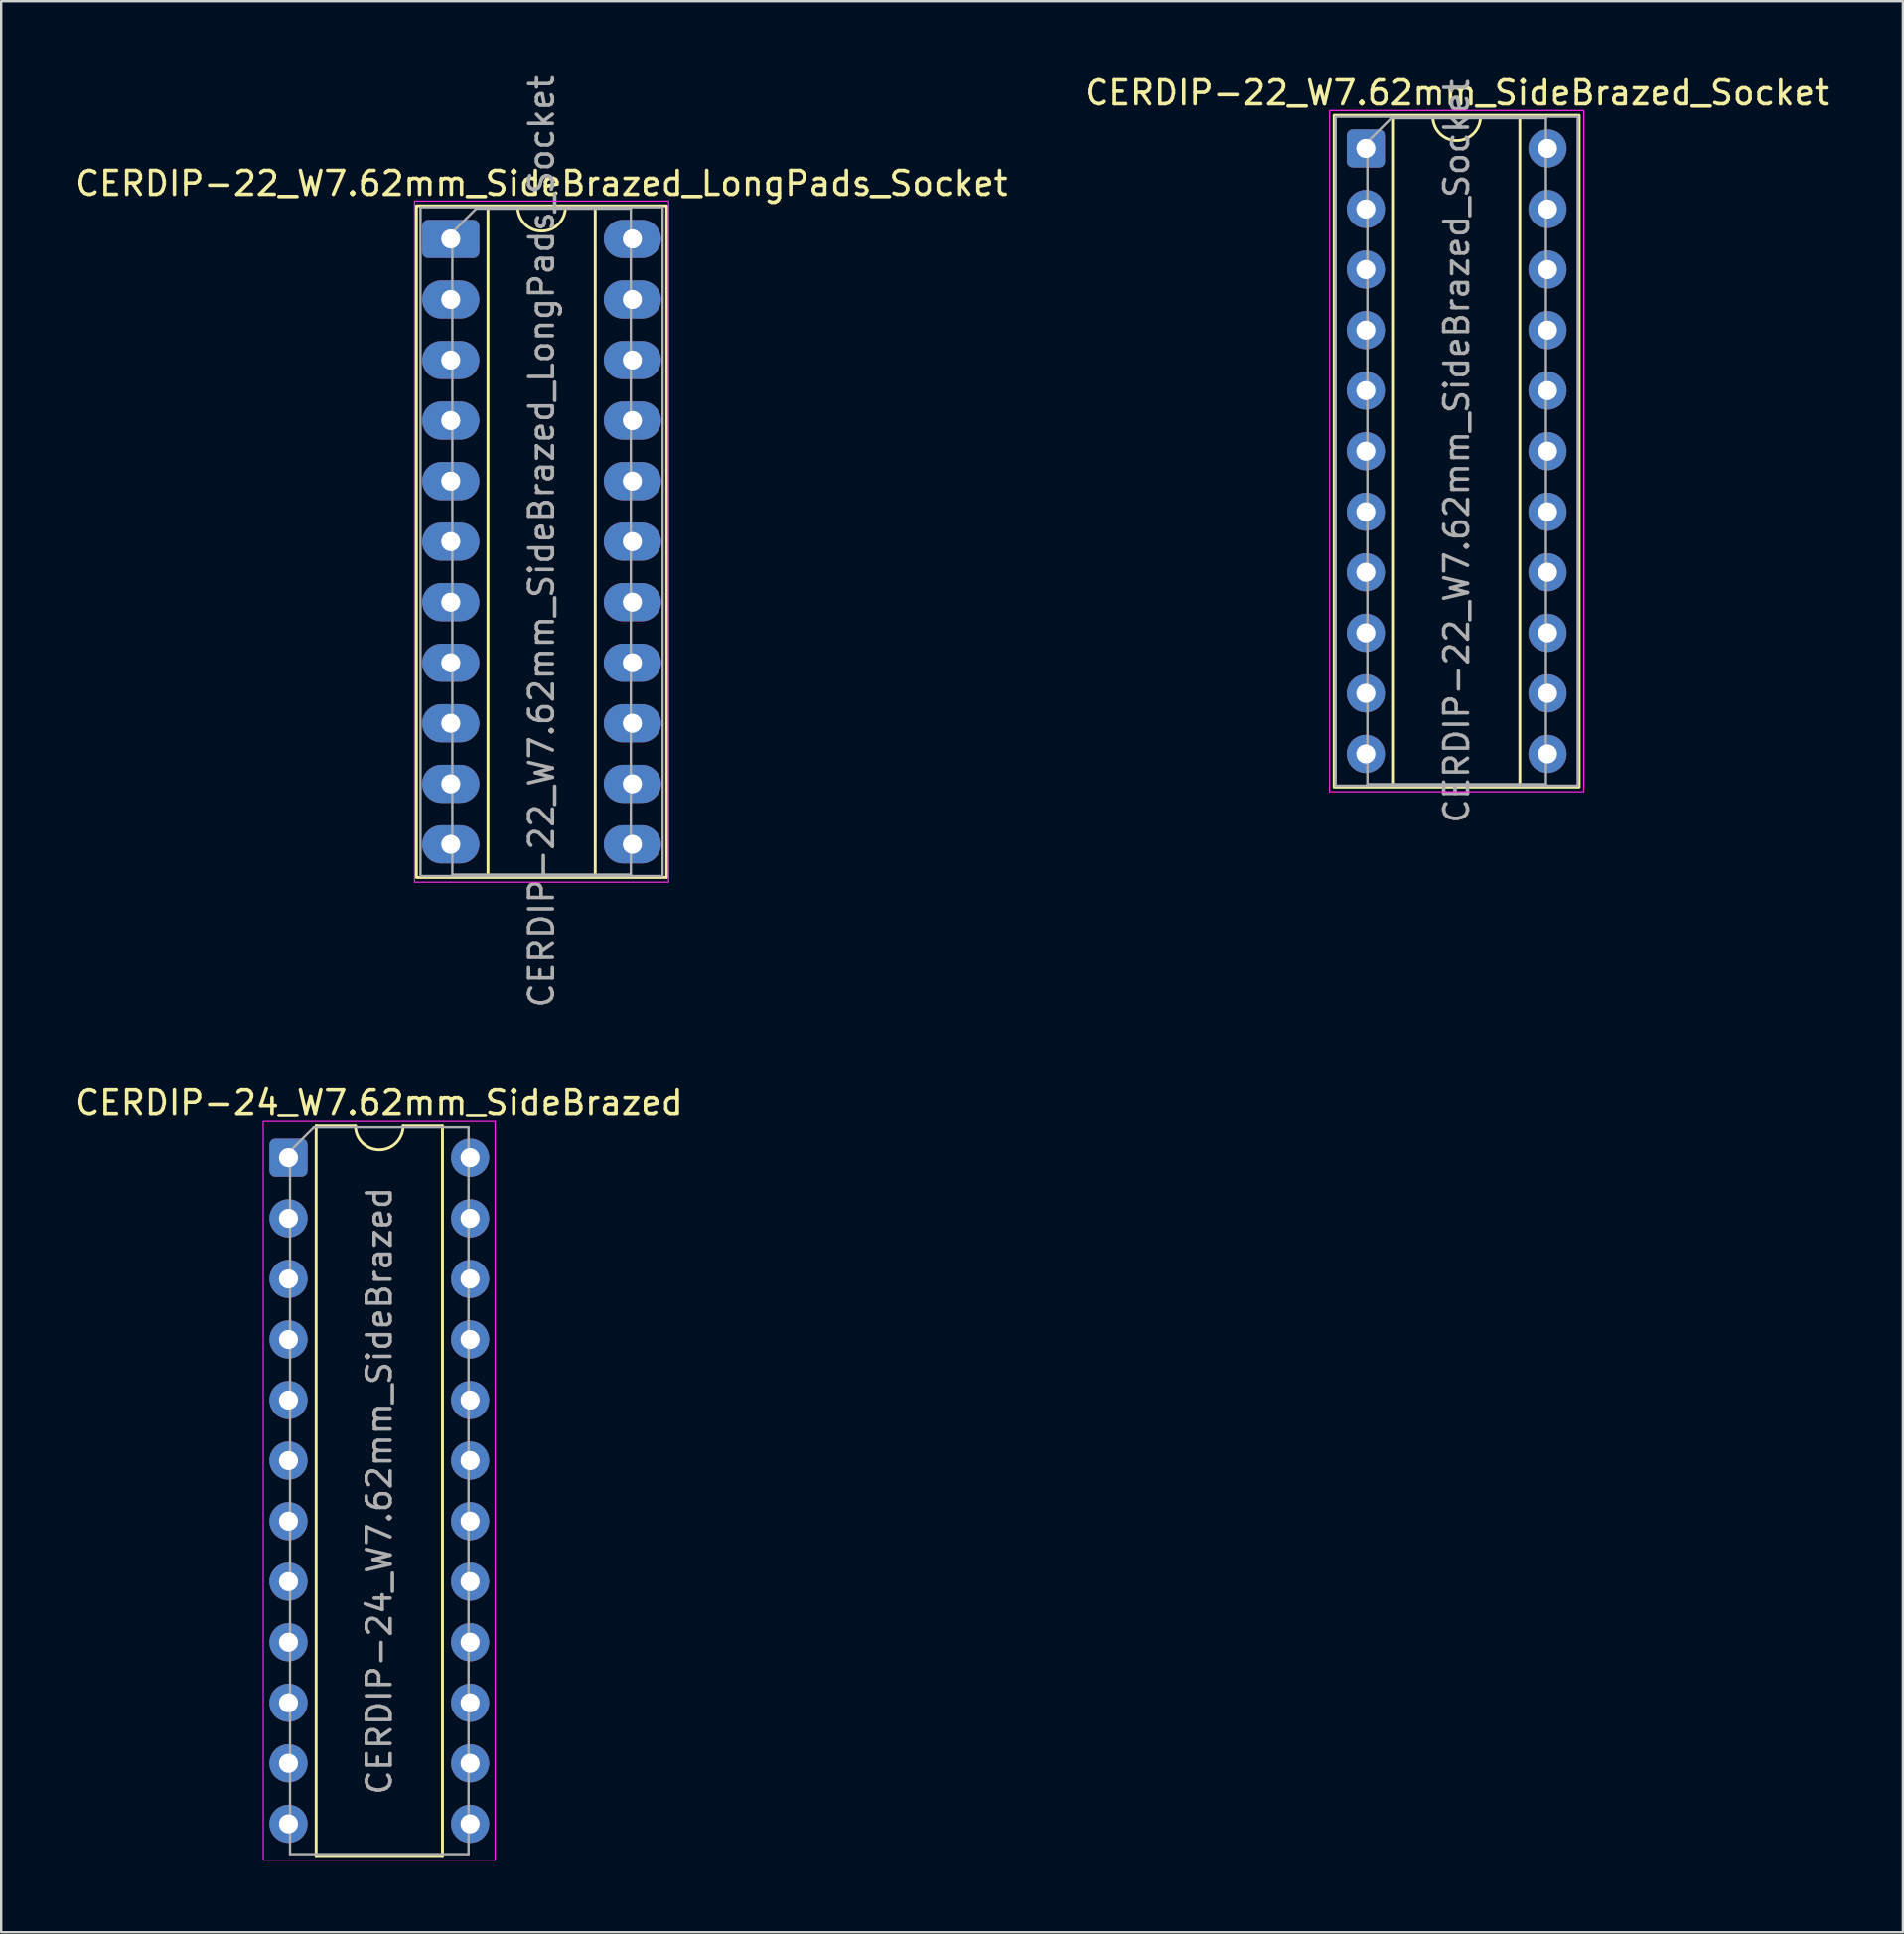
<source format=kicad_pcb>
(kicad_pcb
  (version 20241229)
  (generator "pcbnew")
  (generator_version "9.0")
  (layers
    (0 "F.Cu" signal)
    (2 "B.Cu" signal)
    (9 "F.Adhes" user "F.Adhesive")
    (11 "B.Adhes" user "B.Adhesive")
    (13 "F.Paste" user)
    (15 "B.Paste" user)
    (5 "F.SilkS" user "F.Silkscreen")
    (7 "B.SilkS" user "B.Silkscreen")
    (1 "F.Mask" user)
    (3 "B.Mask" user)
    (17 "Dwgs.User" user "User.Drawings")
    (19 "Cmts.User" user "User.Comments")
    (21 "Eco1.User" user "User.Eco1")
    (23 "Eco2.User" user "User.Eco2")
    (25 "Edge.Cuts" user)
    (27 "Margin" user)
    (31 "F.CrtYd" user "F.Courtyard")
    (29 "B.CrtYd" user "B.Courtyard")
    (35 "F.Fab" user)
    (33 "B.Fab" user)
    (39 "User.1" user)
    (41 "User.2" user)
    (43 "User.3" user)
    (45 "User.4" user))
  (footprint "CERDIP-22_W7.62mm_SideBrazed_Socket"
    (layer "F.Cu")
    (at 54.255 3.178)
    (property "Reference" "CERDIP-22_W7.62mm_SideBrazed_Socket" (at 3.81 -2.33 0) (layer "F.SilkS") (effects (font (size 1 1) (thickness 0.15))))
    (attr through_hole)
    (fp_line (start 1.16 -1.33) (end 1.16 26.73) (stroke (width 0.12) (type solid)) (layer "F.SilkS"))
    (fp_line (start 1.16 26.73) (end 6.46 26.73) (stroke (width 0.12) (type solid)) (layer "F.SilkS"))
    (fp_line (start 2.81 -1.33) (end 1.16 -1.33) (stroke (width 0.12) (type solid)) (layer "F.SilkS"))
    (fp_line (start 6.46 -1.33) (end 4.81 -1.33) (stroke (width 0.12) (type solid)) (layer "F.SilkS"))
    (fp_line (start 6.46 26.73) (end 6.46 -1.33) (stroke (width 0.12) (type solid)) (layer "F.SilkS"))
    (fp_rect (start -1.33 -1.39) (end 8.95 26.79) (stroke (width 0.12) (type solid)) (fill no) (layer "F.SilkS"))
    (fp_arc (start 4.81 -1.33) (mid 3.81 -0.33) (end 2.81 -1.33) (stroke (width 0.12) (type solid)) (layer "F.SilkS"))
    (fp_rect (start -1.52 -1.59) (end 9.14 26.99) (stroke (width 0.05) (type solid)) (fill no) (layer "F.CrtYd"))
    (fp_line (start 0.065 -0.27) (end 1.065 -1.27) (stroke (width 0.1) (type solid)) (layer "F.Fab"))
    (fp_line (start 0.065 26.67) (end 0.065 -0.27) (stroke (width 0.1) (type solid)) (layer "F.Fab"))
    (fp_line (start 1.065 -1.27) (end 7.555 -1.27) (stroke (width 0.1) (type solid)) (layer "F.Fab"))
    (fp_line (start 7.555 -1.27) (end 7.555 26.67) (stroke (width 0.1) (type solid)) (layer "F.Fab"))
    (fp_line (start 7.555 26.67) (end 0.065 26.67) (stroke (width 0.1) (type solid)) (layer "F.Fab"))
    (fp_rect (start -1.27 -1.33) (end 8.89 26.73) (stroke (width 0.1) (type solid)) (fill no) (layer "F.Fab"))
    (fp_text user "${REFERENCE}" (at 3.81 12.7 90) (layer "F.Fab") (effects (font (size 1 1) (thickness 0.15))))
    (pad "1" thru_hole roundrect (at 0 0) (size 1.6 1.6) (drill 0.8) (layers "*.Cu" "*.Mask") (roundrect_rratio 0.156))
    (pad "2" thru_hole circle (at 0 2.54) (size 1.6 1.6) (drill 0.8) (layers "*.Cu" "*.Mask"))
    (pad "3" thru_hole circle (at 0 5.08) (size 1.6 1.6) (drill 0.8) (layers "*.Cu" "*.Mask"))
    (pad "4" thru_hole circle (at 0 7.62) (size 1.6 1.6) (drill 0.8) (layers "*.Cu" "*.Mask"))
    (pad "5" thru_hole circle (at 0 10.16) (size 1.6 1.6) (drill 0.8) (layers "*.Cu" "*.Mask"))
    (pad "6" thru_hole circle (at 0 12.7) (size 1.6 1.6) (drill 0.8) (layers "*.Cu" "*.Mask"))
    (pad "7" thru_hole circle (at 0 15.24) (size 1.6 1.6) (drill 0.8) (layers "*.Cu" "*.Mask"))
    (pad "8" thru_hole circle (at 0 17.78) (size 1.6 1.6) (drill 0.8) (layers "*.Cu" "*.Mask"))
    (pad "9" thru_hole circle (at 0 20.32) (size 1.6 1.6) (drill 0.8) (layers "*.Cu" "*.Mask"))
    (pad "10" thru_hole circle (at 0 22.86) (size 1.6 1.6) (drill 0.8) (layers "*.Cu" "*.Mask"))
    (pad "11" thru_hole circle (at 0 25.4) (size 1.6 1.6) (drill 0.8) (layers "*.Cu" "*.Mask"))
    (pad "12" thru_hole circle (at 7.62 25.4) (size 1.6 1.6) (drill 0.8) (layers "*.Cu" "*.Mask"))
    (pad "13" thru_hole circle (at 7.62 22.86) (size 1.6 1.6) (drill 0.8) (layers "*.Cu" "*.Mask"))
    (pad "14" thru_hole circle (at 7.62 20.32) (size 1.6 1.6) (drill 0.8) (layers "*.Cu" "*.Mask"))
    (pad "15" thru_hole circle (at 7.62 17.78) (size 1.6 1.6) (drill 0.8) (layers "*.Cu" "*.Mask"))
    (pad "16" thru_hole circle (at 7.62 15.24) (size 1.6 1.6) (drill 0.8) (layers "*.Cu" "*.Mask"))
    (pad "17" thru_hole circle (at 7.62 12.7) (size 1.6 1.6) (drill 0.8) (layers "*.Cu" "*.Mask"))
    (pad "18" thru_hole circle (at 7.62 10.16) (size 1.6 1.6) (drill 0.8) (layers "*.Cu" "*.Mask"))
    (pad "19" thru_hole circle (at 7.62 7.62) (size 1.6 1.6) (drill 0.8) (layers "*.Cu" "*.Mask"))
    (pad "20" thru_hole circle (at 7.62 5.08) (size 1.6 1.6) (drill 0.8) (layers "*.Cu" "*.Mask"))
    (pad "21" thru_hole circle (at 7.62 2.54) (size 1.6 1.6) (drill 0.8) (layers "*.Cu" "*.Mask"))
    (pad "22" thru_hole circle (at 7.62 0) (size 1.6 1.6) (drill 0.8) (layers "*.Cu" "*.Mask")))
  (footprint "CERDIP-22_W7.62mm_SideBrazed_LongPads_Socket"
    (layer "F.Cu")
    (at 15.863 6.973)
    (property "Reference" "CERDIP-22_W7.62mm_SideBrazed_LongPads_Socket" (at 3.81 -2.33 0) (layer "F.SilkS") (effects (font (size 1 1) (thickness 0.15))))
    (attr through_hole)
    (fp_line (start 1.56 -1.33) (end 1.56 26.73) (stroke (width 0.12) (type solid)) (layer "F.SilkS"))
    (fp_line (start 1.56 26.73) (end 6.06 26.73) (stroke (width 0.12) (type solid)) (layer "F.SilkS"))
    (fp_line (start 2.81 -1.33) (end 1.56 -1.33) (stroke (width 0.12) (type solid)) (layer "F.SilkS"))
    (fp_line (start 6.06 -1.33) (end 4.81 -1.33) (stroke (width 0.12) (type solid)) (layer "F.SilkS"))
    (fp_line (start 6.06 26.73) (end 6.06 -1.33) (stroke (width 0.12) (type solid)) (layer "F.SilkS"))
    (fp_rect (start -1.44 -1.39) (end 9.06 26.79) (stroke (width 0.12) (type solid)) (fill no) (layer "F.SilkS"))
    (fp_arc (start 4.81 -1.33) (mid 3.81 -0.33) (end 2.81 -1.33) (stroke (width 0.12) (type solid)) (layer "F.SilkS"))
    (fp_rect (start -1.52 -1.59) (end 9.14 26.99) (stroke (width 0.05) (type solid)) (fill no) (layer "F.CrtYd"))
    (fp_line (start 0.065 -0.27) (end 1.065 -1.27) (stroke (width 0.1) (type solid)) (layer "F.Fab"))
    (fp_line (start 0.065 26.67) (end 0.065 -0.27) (stroke (width 0.1) (type solid)) (layer "F.Fab"))
    (fp_line (start 1.065 -1.27) (end 7.555 -1.27) (stroke (width 0.1) (type solid)) (layer "F.Fab"))
    (fp_line (start 7.555 -1.27) (end 7.555 26.67) (stroke (width 0.1) (type solid)) (layer "F.Fab"))
    (fp_line (start 7.555 26.67) (end 0.065 26.67) (stroke (width 0.1) (type solid)) (layer "F.Fab"))
    (fp_rect (start -1.27 -1.33) (end 8.89 26.73) (stroke (width 0.1) (type solid)) (fill no) (layer "F.Fab"))
    (fp_text user "${REFERENCE}" (at 3.81 12.7 90) (layer "F.Fab") (effects (font (size 1 1) (thickness 0.15))))
    (pad "1" thru_hole roundrect (at 0 0) (size 2.4 1.6) (drill 0.8) (layers "*.Cu" "*.Mask") (roundrect_rratio 0.156))
    (pad "2" thru_hole oval (at 0 2.54) (size 2.4 1.6) (drill 0.8) (layers "*.Cu" "*.Mask"))
    (pad "3" thru_hole oval (at 0 5.08) (size 2.4 1.6) (drill 0.8) (layers "*.Cu" "*.Mask"))
    (pad "4" thru_hole oval (at 0 7.62) (size 2.4 1.6) (drill 0.8) (layers "*.Cu" "*.Mask"))
    (pad "5" thru_hole oval (at 0 10.16) (size 2.4 1.6) (drill 0.8) (layers "*.Cu" "*.Mask"))
    (pad "6" thru_hole oval (at 0 12.7) (size 2.4 1.6) (drill 0.8) (layers "*.Cu" "*.Mask"))
    (pad "7" thru_hole oval (at 0 15.24) (size 2.4 1.6) (drill 0.8) (layers "*.Cu" "*.Mask"))
    (pad "8" thru_hole oval (at 0 17.78) (size 2.4 1.6) (drill 0.8) (layers "*.Cu" "*.Mask"))
    (pad "9" thru_hole oval (at 0 20.32) (size 2.4 1.6) (drill 0.8) (layers "*.Cu" "*.Mask"))
    (pad "10" thru_hole oval (at 0 22.86) (size 2.4 1.6) (drill 0.8) (layers "*.Cu" "*.Mask"))
    (pad "11" thru_hole oval (at 0 25.4) (size 2.4 1.6) (drill 0.8) (layers "*.Cu" "*.Mask"))
    (pad "12" thru_hole oval (at 7.62 25.4) (size 2.4 1.6) (drill 0.8) (layers "*.Cu" "*.Mask"))
    (pad "13" thru_hole oval (at 7.62 22.86) (size 2.4 1.6) (drill 0.8) (layers "*.Cu" "*.Mask"))
    (pad "14" thru_hole oval (at 7.62 20.32) (size 2.4 1.6) (drill 0.8) (layers "*.Cu" "*.Mask"))
    (pad "15" thru_hole oval (at 7.62 17.78) (size 2.4 1.6) (drill 0.8) (layers "*.Cu" "*.Mask"))
    (pad "16" thru_hole oval (at 7.62 15.24) (size 2.4 1.6) (drill 0.8) (layers "*.Cu" "*.Mask"))
    (pad "17" thru_hole oval (at 7.62 12.7) (size 2.4 1.6) (drill 0.8) (layers "*.Cu" "*.Mask"))
    (pad "18" thru_hole oval (at 7.62 10.16) (size 2.4 1.6) (drill 0.8) (layers "*.Cu" "*.Mask"))
    (pad "19" thru_hole oval (at 7.62 7.62) (size 2.4 1.6) (drill 0.8) (layers "*.Cu" "*.Mask"))
    (pad "20" thru_hole oval (at 7.62 5.08) (size 2.4 1.6) (drill 0.8) (layers "*.Cu" "*.Mask"))
    (pad "21" thru_hole oval (at 7.62 2.54) (size 2.4 1.6) (drill 0.8) (layers "*.Cu" "*.Mask"))
    (pad "22" thru_hole oval (at 7.62 0) (size 2.4 1.6) (drill 0.8) (layers "*.Cu" "*.Mask")))
  (footprint "CERDIP-24_W7.62mm_SideBrazed"
    (layer "F.Cu")
    (at 9.053 45.523)
    (property "Reference" "CERDIP-24_W7.62mm_SideBrazed" (at 3.81 -2.33 0) (layer "F.SilkS") (effects (font (size 1 1) (thickness 0.15))))
    (attr through_hole)
    (fp_line (start 1.16 -1.33) (end 1.16 29.27) (stroke (width 0.12) (type solid)) (layer "F.SilkS"))
    (fp_line (start 1.16 29.27) (end 6.46 29.27) (stroke (width 0.12) (type solid)) (layer "F.SilkS"))
    (fp_line (start 2.81 -1.33) (end 1.16 -1.33) (stroke (width 0.12) (type solid)) (layer "F.SilkS"))
    (fp_line (start 6.46 -1.33) (end 4.81 -1.33) (stroke (width 0.12) (type solid)) (layer "F.SilkS"))
    (fp_line (start 6.46 29.27) (end 6.46 -1.33) (stroke (width 0.12) (type solid)) (layer "F.SilkS"))
    (fp_arc (start 4.81 -1.33) (mid 3.81 -0.33) (end 2.81 -1.33) (stroke (width 0.12) (type solid)) (layer "F.SilkS"))
    (fp_rect (start -1.06 -1.52) (end 8.67 29.46) (stroke (width 0.05) (type solid)) (fill no) (layer "F.CrtYd"))
    (fp_line (start 0.065 -0.27) (end 1.065 -1.27) (stroke (width 0.1) (type solid)) (layer "F.Fab"))
    (fp_line (start 0.065 29.21) (end 0.065 -0.27) (stroke (width 0.1) (type solid)) (layer "F.Fab"))
    (fp_line (start 1.065 -1.27) (end 7.555 -1.27) (stroke (width 0.1) (type solid)) (layer "F.Fab"))
    (fp_line (start 7.555 -1.27) (end 7.555 29.21) (stroke (width 0.1) (type solid)) (layer "F.Fab"))
    (fp_line (start 7.555 29.21) (end 0.065 29.21) (stroke (width 0.1) (type solid)) (layer "F.Fab"))
    (fp_text user "${REFERENCE}" (at 3.81 13.97 90) (layer "F.Fab") (effects (font (size 1 1) (thickness 0.15))))
    (pad "1" thru_hole roundrect (at 0 0) (size 1.6 1.6) (drill 0.8) (layers "*.Cu" "*.Mask") (roundrect_rratio 0.156))
    (pad "2" thru_hole circle (at 0 2.54) (size 1.6 1.6) (drill 0.8) (layers "*.Cu" "*.Mask"))
    (pad "3" thru_hole circle (at 0 5.08) (size 1.6 1.6) (drill 0.8) (layers "*.Cu" "*.Mask"))
    (pad "4" thru_hole circle (at 0 7.62) (size 1.6 1.6) (drill 0.8) (layers "*.Cu" "*.Mask"))
    (pad "5" thru_hole circle (at 0 10.16) (size 1.6 1.6) (drill 0.8) (layers "*.Cu" "*.Mask"))
    (pad "6" thru_hole circle (at 0 12.7) (size 1.6 1.6) (drill 0.8) (layers "*.Cu" "*.Mask"))
    (pad "7" thru_hole circle (at 0 15.24) (size 1.6 1.6) (drill 0.8) (layers "*.Cu" "*.Mask"))
    (pad "8" thru_hole circle (at 0 17.78) (size 1.6 1.6) (drill 0.8) (layers "*.Cu" "*.Mask"))
    (pad "9" thru_hole circle (at 0 20.32) (size 1.6 1.6) (drill 0.8) (layers "*.Cu" "*.Mask"))
    (pad "10" thru_hole circle (at 0 22.86) (size 1.6 1.6) (drill 0.8) (layers "*.Cu" "*.Mask"))
    (pad "11" thru_hole circle (at 0 25.4) (size 1.6 1.6) (drill 0.8) (layers "*.Cu" "*.Mask"))
    (pad "12" thru_hole circle (at 0 27.94) (size 1.6 1.6) (drill 0.8) (layers "*.Cu" "*.Mask"))
    (pad "13" thru_hole circle (at 7.62 27.94) (size 1.6 1.6) (drill 0.8) (layers "*.Cu" "*.Mask"))
    (pad "14" thru_hole circle (at 7.62 25.4) (size 1.6 1.6) (drill 0.8) (layers "*.Cu" "*.Mask"))
    (pad "15" thru_hole circle (at 7.62 22.86) (size 1.6 1.6) (drill 0.8) (layers "*.Cu" "*.Mask"))
    (pad "16" thru_hole circle (at 7.62 20.32) (size 1.6 1.6) (drill 0.8) (layers "*.Cu" "*.Mask"))
    (pad "17" thru_hole circle (at 7.62 17.78) (size 1.6 1.6) (drill 0.8) (layers "*.Cu" "*.Mask"))
    (pad "18" thru_hole circle (at 7.62 15.24) (size 1.6 1.6) (drill 0.8) (layers "*.Cu" "*.Mask"))
    (pad "19" thru_hole circle (at 7.62 12.7) (size 1.6 1.6) (drill 0.8) (layers "*.Cu" "*.Mask"))
    (pad "20" thru_hole circle (at 7.62 10.16) (size 1.6 1.6) (drill 0.8) (layers "*.Cu" "*.Mask"))
    (pad "21" thru_hole circle (at 7.62 7.62) (size 1.6 1.6) (drill 0.8) (layers "*.Cu" "*.Mask"))
    (pad "22" thru_hole circle (at 7.62 5.08) (size 1.6 1.6) (drill 0.8) (layers "*.Cu" "*.Mask"))
    (pad "23" thru_hole circle (at 7.62 2.54) (size 1.6 1.6) (drill 0.8) (layers "*.Cu" "*.Mask"))
    (pad "24" thru_hole circle (at 7.62 0) (size 1.6 1.6) (drill 0.8) (layers "*.Cu" "*.Mask")))
  (gr_rect
    (start -3 -3)
    (end 76.786 78.008)
    (stroke (width 0.1) (type default))
    (fill no)
    (layer "Edge.Cuts")))
</source>
